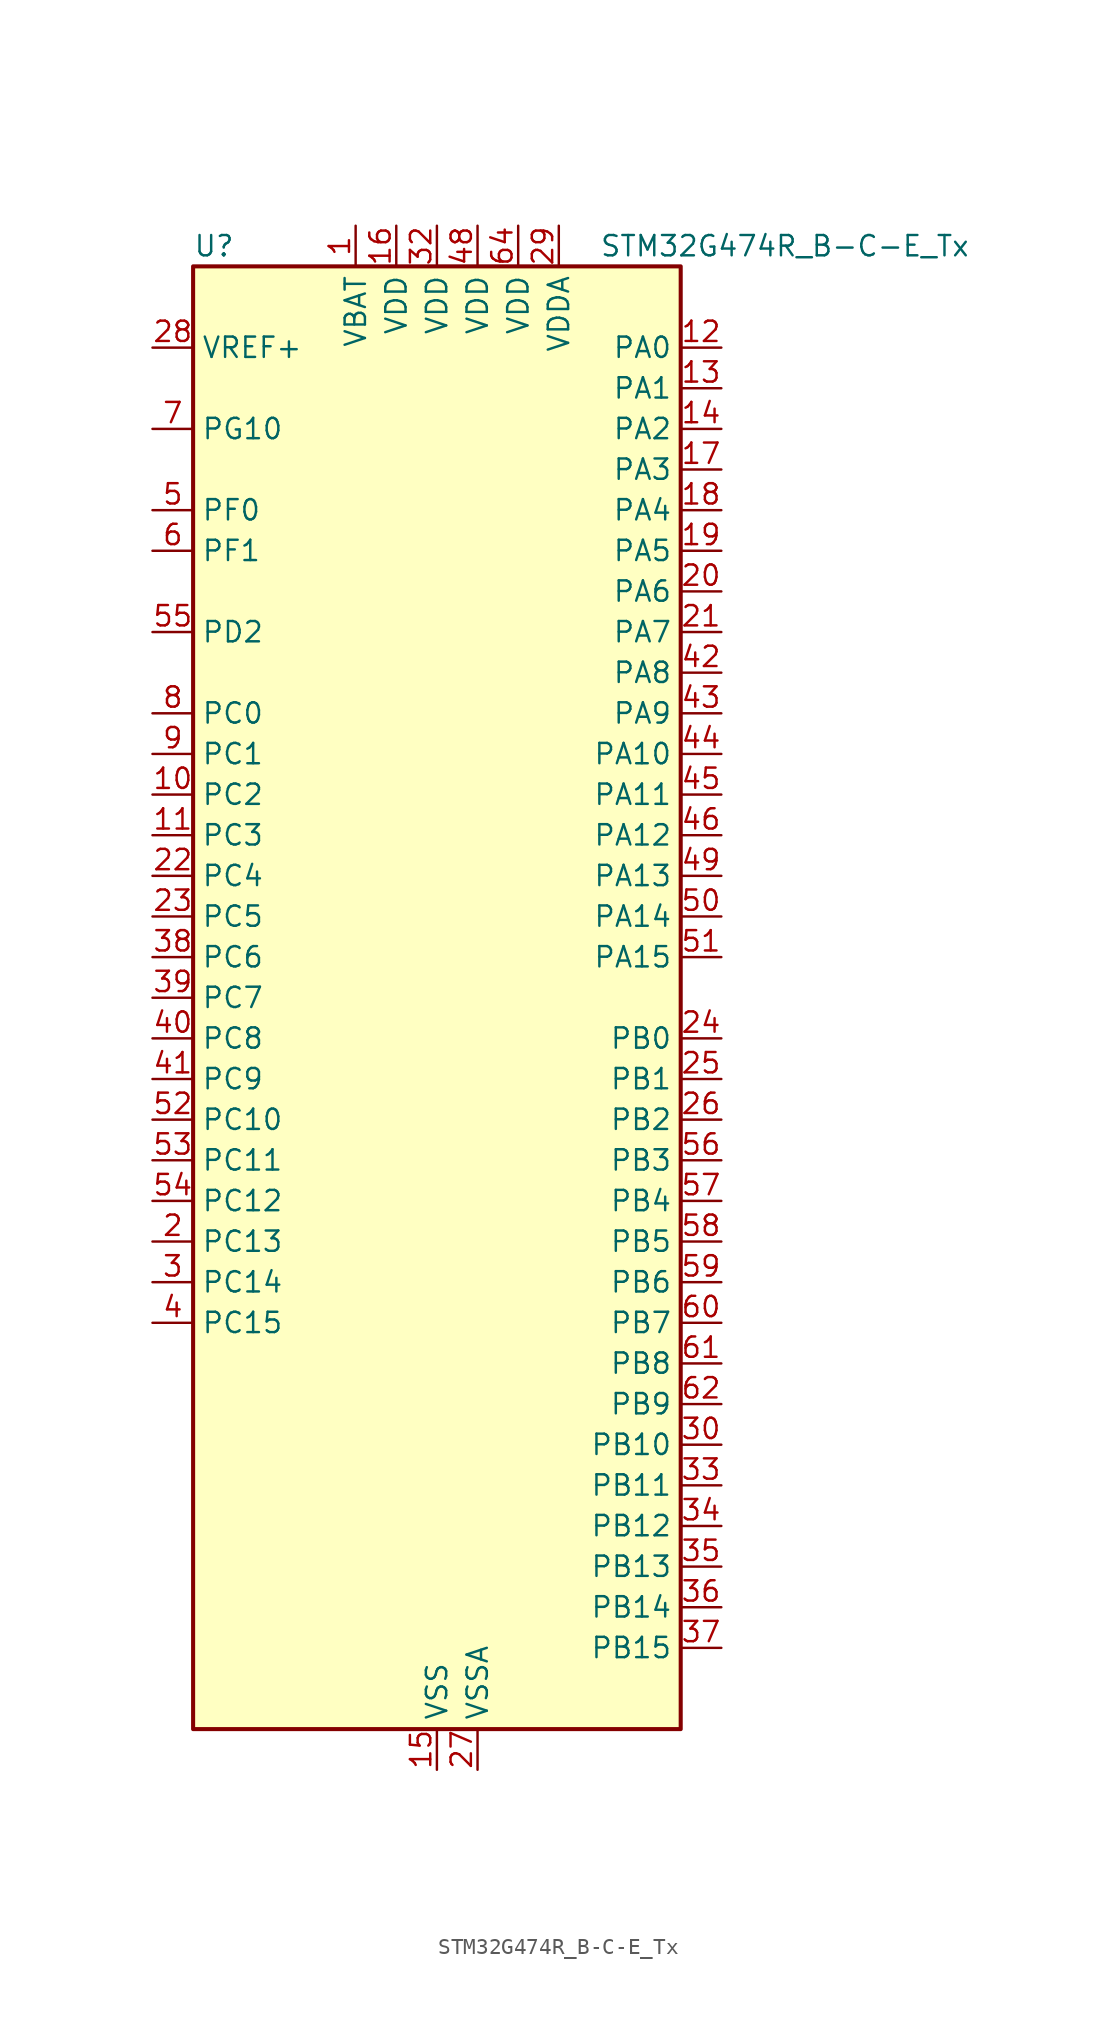
<source format=kicad_sym>
(kicad_symbol_lib
  (version 20241209)
  (generator "kicad_symbol_editor")
  (generator_version "9.0")
  (symbol "STM32G474R_B-C-E_Tx"
    (property "Reference" "U"
      (at -15.24 46.99 0)
      (effects (font (size 1.27 1.27)) (justify left)))
    (property "Value" "STM32G474R_B-C-E_Tx"
      (at 10.16 46.99 0)
      (effects (font (size 1.27 1.27)) (justify left)))
    (symbol "STM32G474R_B-C-E_Tx_0_1"
      (rectangle (start -15.24 -45.72) (end 15.24 45.72) (stroke (width 0.254) (type default)) (fill (type background))))
    (symbol "STM32G474R_B-C-E_Tx_1_1"
      (pin input line (at -17.78 40.64 0) (length 2.54) (name "VREF+" (effects (font (size 1.27 1.27)))) (number "28" (effects (font (size 1.27 1.27)))) (alternate "VREFBUF_OUT" bidirectional line))
      (pin bidirectional line (at -17.78 35.56 0) (length 2.54) (name "PG10" (effects (font (size 1.27 1.27)))) (number "7" (effects (font (size 1.27 1.27)))) (alternate "DAC1_EXTI10" bidirectional line) (alternate "DAC2_EXTI10" bidirectional line) (alternate "DAC3_EXTI10" bidirectional line) (alternate "DAC4_EXTI10" bidirectional line) (alternate "RCC_MCO" bidirectional line))
      (pin bidirectional line (at -17.78 30.48 0) (length 2.54) (name "PF0" (effects (font (size 1.27 1.27)))) (number "5" (effects (font (size 1.27 1.27)))) (alternate "ADC1_IN10" bidirectional line) (alternate "I2C2_SDA" bidirectional line) (alternate "I2S2_WS" bidirectional line) (alternate "RCC_OSC_IN" bidirectional line) (alternate "SPI2_NSS" bidirectional line) (alternate "TIM1_CH3N" bidirectional line))
      (pin bidirectional line (at -17.78 27.94 0) (length 2.54) (name "PF1" (effects (font (size 1.27 1.27)))) (number "6" (effects (font (size 1.27 1.27)))) (alternate "ADC2_IN10" bidirectional line) (alternate "COMP3_INM" bidirectional line) (alternate "I2S2_CK" bidirectional line) (alternate "RCC_OSC_OUT" bidirectional line) (alternate "SPI2_SCK" bidirectional line))
      (pin bidirectional line (at -17.78 22.86 0) (length 2.54) (name "PD2" (effects (font (size 1.27 1.27)))) (number "55" (effects (font (size 1.27 1.27)))) (alternate "ADC3_EXTI2" bidirectional line) (alternate "ADC4_EXTI2" bidirectional line) (alternate "ADC5_EXTI2" bidirectional line) (alternate "TIM3_ETR" bidirectional line) (alternate "TIM8_BKIN" bidirectional line) (alternate "UART5_RX" bidirectional line))
      (pin bidirectional line (at -17.78 17.78 0) (length 2.54) (name "PC0" (effects (font (size 1.27 1.27)))) (number "8" (effects (font (size 1.27 1.27)))) (alternate "ADC1_IN6" bidirectional line) (alternate "ADC2_IN6" bidirectional line) (alternate "COMP3_INM" bidirectional line) (alternate "LPTIM1_IN1" bidirectional line) (alternate "LPUART1_RX" bidirectional line) (alternate "TIM1_CH1" bidirectional line))
      (pin bidirectional line (at -17.78 15.24 0) (length 2.54) (name "PC1" (effects (font (size 1.27 1.27)))) (number "9" (effects (font (size 1.27 1.27)))) (alternate "ADC1_IN7" bidirectional line) (alternate "ADC2_IN7" bidirectional line) (alternate "COMP3_INP" bidirectional line) (alternate "LPTIM1_OUT" bidirectional line) (alternate "LPUART1_TX" bidirectional line) (alternate "QUADSPI1_BK2_IO0" bidirectional line) (alternate "SAI1_SD_A" bidirectional line) (alternate "TIM1_CH2" bidirectional line))
      (pin bidirectional line (at -17.78 12.7 0) (length 2.54) (name "PC2" (effects (font (size 1.27 1.27)))) (number "10" (effects (font (size 1.27 1.27)))) (alternate "ADC1_IN8" bidirectional line) (alternate "ADC2_IN8" bidirectional line) (alternate "ADC3_EXTI2" bidirectional line) (alternate "ADC4_EXTI2" bidirectional line) (alternate "ADC5_EXTI2" bidirectional line) (alternate "COMP3_OUT" bidirectional line) (alternate "LPTIM1_IN2" bidirectional line) (alternate "QUADSPI1_BK2_IO1" bidirectional line) (alternate "TIM1_CH3" bidirectional line) (alternate "TIM20_CH2" bidirectional line))
      (pin bidirectional line (at -17.78 10.16 0) (length 2.54) (name "PC3" (effects (font (size 1.27 1.27)))) (number "11" (effects (font (size 1.27 1.27)))) (alternate "ADC1_IN9" bidirectional line) (alternate "ADC2_IN9" bidirectional line) (alternate "ADC3_EXTI3" bidirectional line) (alternate "ADC4_EXTI3" bidirectional line) (alternate "ADC5_EXTI3" bidirectional line) (alternate "LPTIM1_ETR" bidirectional line) (alternate "OPAMP5_VINP" bidirectional line) (alternate "OPAMP5_VINP_SEC" bidirectional line) (alternate "QUADSPI1_BK2_IO2" bidirectional line) (alternate "SAI1_D1" bidirectional line) (alternate "SAI1_SD_A" bidirectional line) (alternate "TIM1_BKIN2" bidirectional line) (alternate "TIM1_CH4" bidirectional line))
      (pin bidirectional line (at -17.78 7.62 0) (length 2.54) (name "PC4" (effects (font (size 1.27 1.27)))) (number "22" (effects (font (size 1.27 1.27)))) (alternate "ADC2_IN5" bidirectional line) (alternate "I2C2_SCL" bidirectional line) (alternate "QUADSPI1_BK2_IO3" bidirectional line) (alternate "TIM1_ETR" bidirectional line) (alternate "USART1_TX" bidirectional line))
      (pin bidirectional line (at -17.78 5.08 0) (length 2.54) (name "PC5" (effects (font (size 1.27 1.27)))) (number "23" (effects (font (size 1.27 1.27)))) (alternate "ADC2_IN11" bidirectional line) (alternate "HRTIM1_EEV10" bidirectional line) (alternate "OPAMP1_VINM" bidirectional line) (alternate "OPAMP1_VINM1" bidirectional line) (alternate "OPAMP1_VINM_SEC" bidirectional line) (alternate "OPAMP2_VINM" bidirectional line) (alternate "OPAMP2_VINM1" bidirectional line) (alternate "OPAMP2_VINM_SEC" bidirectional line) (alternate "SAI1_D3" bidirectional line) (alternate "SYS_WKUP5" bidirectional line) (alternate "TIM15_BKIN" bidirectional line) (alternate "TIM1_CH4N" bidirectional line) (alternate "USART1_RX" bidirectional line))
      (pin bidirectional line (at -17.78 2.54 0) (length 2.54) (name "PC6" (effects (font (size 1.27 1.27)))) (number "38" (effects (font (size 1.27 1.27)))) (alternate "COMP6_OUT" bidirectional line) (alternate "HRTIM1_CHF1" bidirectional line) (alternate "HRTIM1_EEV10" bidirectional line) (alternate "I2C4_SCL" bidirectional line) (alternate "I2S2_MCK" bidirectional line) (alternate "TIM3_CH1" bidirectional line) (alternate "TIM8_CH1" bidirectional line))
      (pin bidirectional line (at -17.78 0 0) (length 2.54) (name "PC7" (effects (font (size 1.27 1.27)))) (number "39" (effects (font (size 1.27 1.27)))) (alternate "COMP5_OUT" bidirectional line) (alternate "HRTIM1_CHF2" bidirectional line) (alternate "HRTIM1_FLT5" bidirectional line) (alternate "I2C4_SDA" bidirectional line) (alternate "I2S3_MCK" bidirectional line) (alternate "TIM3_CH2" bidirectional line) (alternate "TIM8_CH2" bidirectional line))
      (pin bidirectional line (at -17.78 -2.54 0) (length 2.54) (name "PC8" (effects (font (size 1.27 1.27)))) (number "40" (effects (font (size 1.27 1.27)))) (alternate "COMP7_OUT" bidirectional line) (alternate "HRTIM1_CHE1" bidirectional line) (alternate "I2C3_SCL" bidirectional line) (alternate "TIM20_CH3" bidirectional line) (alternate "TIM3_CH3" bidirectional line) (alternate "TIM8_CH3" bidirectional line))
      (pin bidirectional line (at -17.78 -5.08 0) (length 2.54) (name "PC9" (effects (font (size 1.27 1.27)))) (number "41" (effects (font (size 1.27 1.27)))) (alternate "DAC1_EXTI9" bidirectional line) (alternate "DAC2_EXTI9" bidirectional line) (alternate "DAC3_EXTI9" bidirectional line) (alternate "DAC4_EXTI9" bidirectional line) (alternate "HRTIM1_CHE2" bidirectional line) (alternate "I2C3_SDA" bidirectional line) (alternate "I2S_CKIN" bidirectional line) (alternate "TIM3_CH4" bidirectional line) (alternate "TIM8_BKIN2" bidirectional line) (alternate "TIM8_CH4" bidirectional line))
      (pin bidirectional line (at -17.78 -7.62 0) (length 2.54) (name "PC10" (effects (font (size 1.27 1.27)))) (number "52" (effects (font (size 1.27 1.27)))) (alternate "DAC1_EXTI10" bidirectional line) (alternate "DAC2_EXTI10" bidirectional line) (alternate "DAC3_EXTI10" bidirectional line) (alternate "DAC4_EXTI10" bidirectional line) (alternate "HRTIM1_FLT6" bidirectional line) (alternate "I2S3_CK" bidirectional line) (alternate "SPI3_SCK" bidirectional line) (alternate "TIM8_CH1N" bidirectional line) (alternate "UART4_TX" bidirectional line) (alternate "USART3_TX" bidirectional line))
      (pin bidirectional line (at -17.78 -10.16 0) (length 2.54) (name "PC11" (effects (font (size 1.27 1.27)))) (number "53" (effects (font (size 1.27 1.27)))) (alternate "ADC1_EXTI11" bidirectional line) (alternate "ADC2_EXTI11" bidirectional line) (alternate "HRTIM1_EEV2" bidirectional line) (alternate "I2C3_SDA" bidirectional line) (alternate "SPI3_MISO" bidirectional line) (alternate "TIM8_CH2N" bidirectional line) (alternate "UART4_RX" bidirectional line) (alternate "USART3_RX" bidirectional line))
      (pin bidirectional line (at -17.78 -12.7 0) (length 2.54) (name "PC12" (effects (font (size 1.27 1.27)))) (number "54" (effects (font (size 1.27 1.27)))) (alternate "HRTIM1_EEV1" bidirectional line) (alternate "I2S3_SD" bidirectional line) (alternate "SPI3_MOSI" bidirectional line) (alternate "TIM5_CH2" bidirectional line) (alternate "TIM8_CH3N" bidirectional line) (alternate "UART5_TX" bidirectional line) (alternate "UCPD1_FRSTX1" bidirectional line) (alternate "UCPD1_FRSTX2" bidirectional line) (alternate "USART3_CK" bidirectional line))
      (pin bidirectional line (at -17.78 -15.24 0) (length 2.54) (name "PC13" (effects (font (size 1.27 1.27)))) (number "2" (effects (font (size 1.27 1.27)))) (alternate "RTC_OUT1" bidirectional line) (alternate "RTC_TAMP1" bidirectional line) (alternate "RTC_TS" bidirectional line) (alternate "SYS_WKUP2" bidirectional line) (alternate "TIM1_BKIN" bidirectional line) (alternate "TIM1_CH1N" bidirectional line) (alternate "TIM8_CH4N" bidirectional line))
      (pin bidirectional line (at -17.78 -17.78 0) (length 2.54) (name "PC14" (effects (font (size 1.27 1.27)))) (number "3" (effects (font (size 1.27 1.27)))) (alternate "RCC_OSC32_IN" bidirectional line))
      (pin bidirectional line (at -17.78 -20.32 0) (length 2.54) (name "PC15" (effects (font (size 1.27 1.27)))) (number "4" (effects (font (size 1.27 1.27)))) (alternate "ADC1_EXTI15" bidirectional line) (alternate "ADC2_EXTI15" bidirectional line) (alternate "RCC_OSC32_OUT" bidirectional line))
      (pin power_in line (at -5.08 48.26 270) (length 2.54) (name "VBAT" (effects (font (size 1.27 1.27)))) (number "1" (effects (font (size 1.27 1.27)))))
      (pin power_in line (at -2.54 48.26 270) (length 2.54) (name "VDD" (effects (font (size 1.27 1.27)))) (number "16" (effects (font (size 1.27 1.27)))))
      (pin power_in line (at 0 48.26 270) (length 2.54) (name "VDD" (effects (font (size 1.27 1.27)))) (number "32" (effects (font (size 1.27 1.27)))))
      (pin power_in line (at 0 -48.26 90) (length 2.54) (name "VSS" (effects (font (size 1.27 1.27)))) (number "15" (effects (font (size 1.27 1.27)))))
      (pin passive line (at 0 -48.26 90) (length 2.54) (hide yes) (name "VSS" (effects (font (size 1.27 1.27)))) (number "31" (effects (font (size 1.27 1.27)))))
      (pin passive line (at 0 -48.26 90) (length 2.54) (hide yes) (name "VSS" (effects (font (size 1.27 1.27)))) (number "47" (effects (font (size 1.27 1.27)))))
      (pin passive line (at 0 -48.26 90) (length 2.54) (hide yes) (name "VSS" (effects (font (size 1.27 1.27)))) (number "63" (effects (font (size 1.27 1.27)))))
      (pin power_in line (at 2.54 48.26 270) (length 2.54) (name "VDD" (effects (font (size 1.27 1.27)))) (number "48" (effects (font (size 1.27 1.27)))))
      (pin power_in line (at 2.54 -48.26 90) (length 2.54) (name "VSSA" (effects (font (size 1.27 1.27)))) (number "27" (effects (font (size 1.27 1.27)))))
      (pin power_in line (at 5.08 48.26 270) (length 2.54) (name "VDD" (effects (font (size 1.27 1.27)))) (number "64" (effects (font (size 1.27 1.27)))))
      (pin power_in line (at 7.62 48.26 270) (length 2.54) (name "VDDA" (effects (font (size 1.27 1.27)))) (number "29" (effects (font (size 1.27 1.27)))))
      (pin bidirectional line (at 17.78 40.64 180) (length 2.54) (name "PA0" (effects (font (size 1.27 1.27)))) (number "12" (effects (font (size 1.27 1.27)))) (alternate "ADC1_IN1" bidirectional line) (alternate "ADC2_IN1" bidirectional line) (alternate "COMP1_INM" bidirectional line) (alternate "COMP1_OUT" bidirectional line) (alternate "COMP3_INP" bidirectional line) (alternate "RTC_TAMP2" bidirectional line) (alternate "SYS_WKUP1" bidirectional line) (alternate "TIM2_CH1" bidirectional line) (alternate "TIM2_ETR" bidirectional line) (alternate "TIM5_CH1" bidirectional line) (alternate "TIM8_BKIN" bidirectional line) (alternate "TIM8_ETR" bidirectional line) (alternate "USART2_CTS" bidirectional line) (alternate "USART2_NSS" bidirectional line))
      (pin bidirectional line (at 17.78 38.1 180) (length 2.54) (name "PA1" (effects (font (size 1.27 1.27)))) (number "13" (effects (font (size 1.27 1.27)))) (alternate "ADC1_IN2" bidirectional line) (alternate "ADC2_IN2" bidirectional line) (alternate "COMP1_INP" bidirectional line) (alternate "OPAMP1_VINP" bidirectional line) (alternate "OPAMP1_VINP_SEC" bidirectional line) (alternate "OPAMP3_VINP" bidirectional line) (alternate "OPAMP3_VINP_SEC" bidirectional line) (alternate "OPAMP6_VINM" bidirectional line) (alternate "OPAMP6_VINM0" bidirectional line) (alternate "OPAMP6_VINM_SEC" bidirectional line) (alternate "RTC_REFIN" bidirectional line) (alternate "TIM15_CH1N" bidirectional line) (alternate "TIM2_CH2" bidirectional line) (alternate "TIM5_CH2" bidirectional line) (alternate "USART2_DE" bidirectional line) (alternate "USART2_RTS" bidirectional line))
      (pin bidirectional line (at 17.78 35.56 180) (length 2.54) (name "PA2" (effects (font (size 1.27 1.27)))) (number "14" (effects (font (size 1.27 1.27)))) (alternate "ADC1_IN3" bidirectional line) (alternate "ADC3_EXTI2" bidirectional line) (alternate "ADC4_EXTI2" bidirectional line) (alternate "ADC5_EXTI2" bidirectional line) (alternate "COMP2_INM" bidirectional line) (alternate "COMP2_OUT" bidirectional line) (alternate "LPUART1_TX" bidirectional line) (alternate "OPAMP1_VOUT" bidirectional line) (alternate "QUADSPI1_BK1_NCS" bidirectional line) (alternate "RCC_LSCO" bidirectional line) (alternate "SYS_WKUP4" bidirectional line) (alternate "TIM15_CH1" bidirectional line) (alternate "TIM2_CH3" bidirectional line) (alternate "TIM5_CH3" bidirectional line) (alternate "UCPD1_FRSTX1" bidirectional line) (alternate "UCPD1_FRSTX2" bidirectional line) (alternate "USART2_TX" bidirectional line))
      (pin bidirectional line (at 17.78 33.02 180) (length 2.54) (name "PA3" (effects (font (size 1.27 1.27)))) (number "17" (effects (font (size 1.27 1.27)))) (alternate "ADC1_IN4" bidirectional line) (alternate "ADC3_EXTI3" bidirectional line) (alternate "ADC4_EXTI3" bidirectional line) (alternate "ADC5_EXTI3" bidirectional line) (alternate "COMP2_INP" bidirectional line) (alternate "LPUART1_RX" bidirectional line) (alternate "OPAMP1_VINM" bidirectional line) (alternate "OPAMP1_VINM0" bidirectional line) (alternate "OPAMP1_VINM_SEC" bidirectional line) (alternate "OPAMP1_VINP" bidirectional line) (alternate "OPAMP1_VINP_SEC" bidirectional line) (alternate "OPAMP5_VINM" bidirectional line) (alternate "OPAMP5_VINM1" bidirectional line) (alternate "OPAMP5_VINM_SEC" bidirectional line) (alternate "QUADSPI1_CLK" bidirectional line) (alternate "SAI1_CK1" bidirectional line) (alternate "SAI1_MCLK_A" bidirectional line) (alternate "TIM15_CH2" bidirectional line) (alternate "TIM2_CH4" bidirectional line) (alternate "TIM5_CH4" bidirectional line) (alternate "USART2_RX" bidirectional line))
      (pin bidirectional line (at 17.78 30.48 180) (length 2.54) (name "PA4" (effects (font (size 1.27 1.27)))) (number "18" (effects (font (size 1.27 1.27)))) (alternate "ADC2_IN17" bidirectional line) (alternate "COMP1_INM" bidirectional line) (alternate "DAC1_OUT1" bidirectional line) (alternate "I2S3_WS" bidirectional line) (alternate "SAI1_FS_B" bidirectional line) (alternate "SPI1_NSS" bidirectional line) (alternate "SPI3_NSS" bidirectional line) (alternate "TIM3_CH2" bidirectional line) (alternate "USART2_CK" bidirectional line))
      (pin bidirectional line (at 17.78 27.94 180) (length 2.54) (name "PA5" (effects (font (size 1.27 1.27)))) (number "19" (effects (font (size 1.27 1.27)))) (alternate "ADC2_IN13" bidirectional line) (alternate "COMP2_INM" bidirectional line) (alternate "DAC1_OUT2" bidirectional line) (alternate "OPAMP2_VINM" bidirectional line) (alternate "OPAMP2_VINM0" bidirectional line) (alternate "OPAMP2_VINM_SEC" bidirectional line) (alternate "SPI1_SCK" bidirectional line) (alternate "TIM2_CH1" bidirectional line) (alternate "TIM2_ETR" bidirectional line) (alternate "UCPD1_FRSTX1" bidirectional line) (alternate "UCPD1_FRSTX2" bidirectional line))
      (pin bidirectional line (at 17.78 25.4 180) (length 2.54) (name "PA6" (effects (font (size 1.27 1.27)))) (number "20" (effects (font (size 1.27 1.27)))) (alternate "ADC2_IN3" bidirectional line) (alternate "COMP1_OUT" bidirectional line) (alternate "DAC2_OUT1" bidirectional line) (alternate "LPUART1_CTS" bidirectional line) (alternate "OPAMP2_VOUT" bidirectional line) (alternate "QUADSPI1_BK1_IO3" bidirectional line) (alternate "SPI1_MISO" bidirectional line) (alternate "TIM16_CH1" bidirectional line) (alternate "TIM1_BKIN" bidirectional line) (alternate "TIM3_CH1" bidirectional line) (alternate "TIM8_BKIN" bidirectional line))
      (pin bidirectional line (at 17.78 22.86 180) (length 2.54) (name "PA7" (effects (font (size 1.27 1.27)))) (number "21" (effects (font (size 1.27 1.27)))) (alternate "ADC2_IN4" bidirectional line) (alternate "COMP2_INP" bidirectional line) (alternate "COMP2_OUT" bidirectional line) (alternate "OPAMP1_VINP" bidirectional line) (alternate "OPAMP1_VINP_SEC" bidirectional line) (alternate "OPAMP2_VINP" bidirectional line) (alternate "OPAMP2_VINP_SEC" bidirectional line) (alternate "QUADSPI1_BK1_IO2" bidirectional line) (alternate "SPI1_MOSI" bidirectional line) (alternate "TIM17_CH1" bidirectional line) (alternate "TIM1_CH1N" bidirectional line) (alternate "TIM3_CH2" bidirectional line) (alternate "TIM8_CH1N" bidirectional line) (alternate "UCPD1_FRSTX1" bidirectional line) (alternate "UCPD1_FRSTX2" bidirectional line))
      (pin bidirectional line (at 17.78 20.32 180) (length 2.54) (name "PA8" (effects (font (size 1.27 1.27)))) (number "42" (effects (font (size 1.27 1.27)))) (alternate "ADC5_IN1" bidirectional line) (alternate "COMP7_OUT" bidirectional line) (alternate "FDCAN3_RX" bidirectional line) (alternate "HRTIM1_CHA1" bidirectional line) (alternate "I2C2_SDA" bidirectional line) (alternate "I2C3_SCL" bidirectional line) (alternate "I2S2_MCK" bidirectional line) (alternate "OPAMP5_VOUT" bidirectional line) (alternate "RCC_MCO" bidirectional line) (alternate "SAI1_CK2" bidirectional line) (alternate "SAI1_SCK_A" bidirectional line) (alternate "TIM1_CH1" bidirectional line) (alternate "TIM4_ETR" bidirectional line) (alternate "USART1_CK" bidirectional line))
      (pin bidirectional line (at 17.78 17.78 180) (length 2.54) (name "PA9" (effects (font (size 1.27 1.27)))) (number "43" (effects (font (size 1.27 1.27)))) (alternate "ADC5_IN2" bidirectional line) (alternate "COMP5_OUT" bidirectional line) (alternate "DAC1_EXTI9" bidirectional line) (alternate "DAC2_EXTI9" bidirectional line) (alternate "DAC3_EXTI9" bidirectional line) (alternate "DAC4_EXTI9" bidirectional line) (alternate "HRTIM1_CHA2" bidirectional line) (alternate "I2C2_SCL" bidirectional line) (alternate "I2C3_SMBA" bidirectional line) (alternate "I2S3_MCK" bidirectional line) (alternate "SAI1_FS_A" bidirectional line) (alternate "TIM15_BKIN" bidirectional line) (alternate "TIM1_CH2" bidirectional line) (alternate "TIM2_CH3" bidirectional line) (alternate "UCPD1_DBCC1" bidirectional line) (alternate "USART1_TX" bidirectional line))
      (pin bidirectional line (at 17.78 15.24 180) (length 2.54) (name "PA10" (effects (font (size 1.27 1.27)))) (number "44" (effects (font (size 1.27 1.27)))) (alternate "COMP6_OUT" bidirectional line) (alternate "CRS_SYNC" bidirectional line) (alternate "DAC1_EXTI10" bidirectional line) (alternate "DAC2_EXTI10" bidirectional line) (alternate "DAC3_EXTI10" bidirectional line) (alternate "DAC4_EXTI10" bidirectional line) (alternate "HRTIM1_CHB1" bidirectional line) (alternate "I2C2_SMBA" bidirectional line) (alternate "SAI1_D1" bidirectional line) (alternate "SAI1_SD_A" bidirectional line) (alternate "SPI2_MISO" bidirectional line) (alternate "TIM17_BKIN" bidirectional line) (alternate "TIM1_CH3" bidirectional line) (alternate "TIM2_CH4" bidirectional line) (alternate "TIM8_BKIN" bidirectional line) (alternate "UCPD1_DBCC2" bidirectional line) (alternate "USART1_RX" bidirectional line))
      (pin bidirectional line (at 17.78 12.7 180) (length 2.54) (name "PA11" (effects (font (size 1.27 1.27)))) (number "45" (effects (font (size 1.27 1.27)))) (alternate "ADC1_EXTI11" bidirectional line) (alternate "ADC2_EXTI11" bidirectional line) (alternate "COMP1_OUT" bidirectional line) (alternate "FDCAN1_RX" bidirectional line) (alternate "HRTIM1_CHB2" bidirectional line) (alternate "I2S2_SD" bidirectional line) (alternate "SPI2_MOSI" bidirectional line) (alternate "TIM1_BKIN2" bidirectional line) (alternate "TIM1_CH1N" bidirectional line) (alternate "TIM1_CH4" bidirectional line) (alternate "TIM4_CH1" bidirectional line) (alternate "USART1_CTS" bidirectional line) (alternate "USART1_NSS" bidirectional line) (alternate "USB_DM" bidirectional line))
      (pin bidirectional line (at 17.78 10.16 180) (length 2.54) (name "PA12" (effects (font (size 1.27 1.27)))) (number "46" (effects (font (size 1.27 1.27)))) (alternate "COMP2_OUT" bidirectional line) (alternate "FDCAN1_TX" bidirectional line) (alternate "HRTIM1_FLT1" bidirectional line) (alternate "I2S_CKIN" bidirectional line) (alternate "TIM16_CH1" bidirectional line) (alternate "TIM1_CH2N" bidirectional line) (alternate "TIM1_ETR" bidirectional line) (alternate "TIM4_CH2" bidirectional line) (alternate "USART1_DE" bidirectional line) (alternate "USART1_RTS" bidirectional line) (alternate "USB_DP" bidirectional line))
      (pin bidirectional line (at 17.78 7.62 180) (length 2.54) (name "PA13" (effects (font (size 1.27 1.27)))) (number "49" (effects (font (size 1.27 1.27)))) (alternate "I2C1_SCL" bidirectional line) (alternate "I2C4_SCL" bidirectional line) (alternate "IR_OUT" bidirectional line) (alternate "SAI1_SD_B" bidirectional line) (alternate "SYS_JTMS-SWDIO" bidirectional line) (alternate "TIM16_CH1N" bidirectional line) (alternate "TIM4_CH3" bidirectional line) (alternate "USART3_CTS" bidirectional line) (alternate "USART3_NSS" bidirectional line))
      (pin bidirectional line (at 17.78 5.08 180) (length 2.54) (name "PA14" (effects (font (size 1.27 1.27)))) (number "50" (effects (font (size 1.27 1.27)))) (alternate "I2C1_SDA" bidirectional line) (alternate "I2C4_SMBA" bidirectional line) (alternate "LPTIM1_OUT" bidirectional line) (alternate "SAI1_FS_B" bidirectional line) (alternate "SYS_JTCK-SWCLK" bidirectional line) (alternate "TIM1_BKIN" bidirectional line) (alternate "TIM8_CH2" bidirectional line) (alternate "USART2_TX" bidirectional line))
      (pin bidirectional line (at 17.78 2.54 180) (length 2.54) (name "PA15" (effects (font (size 1.27 1.27)))) (number "51" (effects (font (size 1.27 1.27)))) (alternate "ADC1_EXTI15" bidirectional line) (alternate "ADC2_EXTI15" bidirectional line) (alternate "FDCAN3_TX" bidirectional line) (alternate "HRTIM1_FLT2" bidirectional line) (alternate "I2C1_SCL" bidirectional line) (alternate "I2S3_WS" bidirectional line) (alternate "SPI1_NSS" bidirectional line) (alternate "SPI3_NSS" bidirectional line) (alternate "SYS_JTDI" bidirectional line) (alternate "TIM1_BKIN" bidirectional line) (alternate "TIM2_CH1" bidirectional line) (alternate "TIM2_ETR" bidirectional line) (alternate "TIM8_CH1" bidirectional line) (alternate "UART4_DE" bidirectional line) (alternate "UART4_RTS" bidirectional line) (alternate "USART2_RX" bidirectional line))
      (pin bidirectional line (at 17.78 -2.54 180) (length 2.54) (name "PB0" (effects (font (size 1.27 1.27)))) (number "24" (effects (font (size 1.27 1.27)))) (alternate "ADC1_IN15" bidirectional line) (alternate "ADC3_IN12" bidirectional line) (alternate "COMP4_INP" bidirectional line) (alternate "HRTIM1_FLT5" bidirectional line) (alternate "OPAMP2_VINP" bidirectional line) (alternate "OPAMP2_VINP_SEC" bidirectional line) (alternate "OPAMP3_VINP" bidirectional line) (alternate "OPAMP3_VINP_SEC" bidirectional line) (alternate "QUADSPI1_BK1_IO1" bidirectional line) (alternate "TIM1_CH2N" bidirectional line) (alternate "TIM3_CH3" bidirectional line) (alternate "TIM8_CH2N" bidirectional line) (alternate "UCPD1_FRSTX1" bidirectional line) (alternate "UCPD1_FRSTX2" bidirectional line))
      (pin bidirectional line (at 17.78 -5.08 180) (length 2.54) (name "PB1" (effects (font (size 1.27 1.27)))) (number "25" (effects (font (size 1.27 1.27)))) (alternate "ADC1_IN12" bidirectional line) (alternate "ADC3_IN1" bidirectional line) (alternate "COMP1_INP" bidirectional line) (alternate "COMP4_OUT" bidirectional line) (alternate "HRTIM1_SCOUT" bidirectional line) (alternate "LPUART1_DE" bidirectional line) (alternate "LPUART1_RTS" bidirectional line) (alternate "OPAMP3_VOUT" bidirectional line) (alternate "OPAMP6_VINM" bidirectional line) (alternate "OPAMP6_VINM1" bidirectional line) (alternate "OPAMP6_VINM_SEC" bidirectional line) (alternate "QUADSPI1_BK1_IO0" bidirectional line) (alternate "TIM1_CH3N" bidirectional line) (alternate "TIM3_CH4" bidirectional line) (alternate "TIM8_CH3N" bidirectional line))
      (pin bidirectional line (at 17.78 -7.62 180) (length 2.54) (name "PB2" (effects (font (size 1.27 1.27)))) (number "26" (effects (font (size 1.27 1.27)))) (alternate "ADC2_IN12" bidirectional line) (alternate "ADC3_EXTI2" bidirectional line) (alternate "ADC4_EXTI2" bidirectional line) (alternate "ADC5_EXTI2" bidirectional line) (alternate "COMP4_INM" bidirectional line) (alternate "HRTIM1_SCIN" bidirectional line) (alternate "I2C3_SMBA" bidirectional line) (alternate "LPTIM1_OUT" bidirectional line) (alternate "OPAMP3_VINM" bidirectional line) (alternate "OPAMP3_VINM0" bidirectional line) (alternate "OPAMP3_VINM_SEC" bidirectional line) (alternate "QUADSPI1_BK2_IO1" bidirectional line) (alternate "RTC_OUT2" bidirectional line) (alternate "TIM20_CH1" bidirectional line) (alternate "TIM5_CH1" bidirectional line))
      (pin bidirectional line (at 17.78 -10.16 180) (length 2.54) (name "PB3" (effects (font (size 1.27 1.27)))) (number "56" (effects (font (size 1.27 1.27)))) (alternate "ADC3_EXTI3" bidirectional line) (alternate "ADC4_EXTI3" bidirectional line) (alternate "ADC5_EXTI3" bidirectional line) (alternate "CRS_SYNC" bidirectional line) (alternate "FDCAN3_RX" bidirectional line) (alternate "HRTIM1_EEV9" bidirectional line) (alternate "HRTIM1_SCOUT" bidirectional line) (alternate "I2S3_CK" bidirectional line) (alternate "SAI1_SCK_B" bidirectional line) (alternate "SPI1_SCK" bidirectional line) (alternate "SPI3_SCK" bidirectional line) (alternate "SYS_JTDO-SWO" bidirectional line) (alternate "TIM2_CH2" bidirectional line) (alternate "TIM3_ETR" bidirectional line) (alternate "TIM4_ETR" bidirectional line) (alternate "TIM8_CH1N" bidirectional line) (alternate "USART2_TX" bidirectional line))
      (pin bidirectional line (at 17.78 -12.7 180) (length 2.54) (name "PB4" (effects (font (size 1.27 1.27)))) (number "57" (effects (font (size 1.27 1.27)))) (alternate "FDCAN3_TX" bidirectional line) (alternate "HRTIM1_EEV7" bidirectional line) (alternate "SAI1_MCLK_B" bidirectional line) (alternate "SPI1_MISO" bidirectional line) (alternate "SPI3_MISO" bidirectional line) (alternate "SYS_JTRST" bidirectional line) (alternate "TIM16_CH1" bidirectional line) (alternate "TIM17_BKIN" bidirectional line) (alternate "TIM3_CH1" bidirectional line) (alternate "TIM8_CH2N" bidirectional line) (alternate "UART5_DE" bidirectional line) (alternate "UART5_RTS" bidirectional line) (alternate "UCPD1_CC2" bidirectional line) (alternate "USART2_RX" bidirectional line))
      (pin bidirectional line (at 17.78 -15.24 180) (length 2.54) (name "PB5" (effects (font (size 1.27 1.27)))) (number "58" (effects (font (size 1.27 1.27)))) (alternate "FDCAN2_RX" bidirectional line) (alternate "HRTIM1_EEV6" bidirectional line) (alternate "I2C1_SMBA" bidirectional line) (alternate "I2C3_SDA" bidirectional line) (alternate "I2S3_SD" bidirectional line) (alternate "LPTIM1_IN1" bidirectional line) (alternate "SAI1_SD_B" bidirectional line) (alternate "SPI1_MOSI" bidirectional line) (alternate "SPI3_MOSI" bidirectional line) (alternate "TIM16_BKIN" bidirectional line) (alternate "TIM17_CH1" bidirectional line) (alternate "TIM3_CH2" bidirectional line) (alternate "TIM8_CH3N" bidirectional line) (alternate "UART5_CTS" bidirectional line) (alternate "USART2_CK" bidirectional line))
      (pin bidirectional line (at 17.78 -17.78 180) (length 2.54) (name "PB6" (effects (font (size 1.27 1.27)))) (number "59" (effects (font (size 1.27 1.27)))) (alternate "COMP4_OUT" bidirectional line) (alternate "FDCAN2_TX" bidirectional line) (alternate "HRTIM1_EEV4" bidirectional line) (alternate "HRTIM1_SCIN" bidirectional line) (alternate "LPTIM1_ETR" bidirectional line) (alternate "SAI1_FS_B" bidirectional line) (alternate "TIM16_CH1N" bidirectional line) (alternate "TIM4_CH1" bidirectional line) (alternate "TIM8_BKIN2" bidirectional line) (alternate "TIM8_CH1" bidirectional line) (alternate "TIM8_ETR" bidirectional line) (alternate "UCPD1_CC1" bidirectional line) (alternate "USART1_TX" bidirectional line))
      (pin bidirectional line (at 17.78 -20.32 180) (length 2.54) (name "PB7" (effects (font (size 1.27 1.27)))) (number "60" (effects (font (size 1.27 1.27)))) (alternate "COMP3_OUT" bidirectional line) (alternate "HRTIM1_EEV3" bidirectional line) (alternate "I2C1_SDA" bidirectional line) (alternate "I2C4_SDA" bidirectional line) (alternate "LPTIM1_IN2" bidirectional line) (alternate "SYS_PVD_IN" bidirectional line) (alternate "TIM17_CH1N" bidirectional line) (alternate "TIM3_CH4" bidirectional line) (alternate "TIM4_CH2" bidirectional line) (alternate "TIM8_BKIN" bidirectional line) (alternate "UART4_CTS" bidirectional line) (alternate "USART1_RX" bidirectional line))
      (pin bidirectional line (at 17.78 -22.86 180) (length 2.54) (name "PB8" (effects (font (size 1.27 1.27)))) (number "61" (effects (font (size 1.27 1.27)))) (alternate "COMP1_OUT" bidirectional line) (alternate "FDCAN1_RX" bidirectional line) (alternate "HRTIM1_EEV8" bidirectional line) (alternate "I2C1_SCL" bidirectional line) (alternate "SAI1_CK1" bidirectional line) (alternate "SAI1_MCLK_A" bidirectional line) (alternate "TIM16_CH1" bidirectional line) (alternate "TIM1_BKIN" bidirectional line) (alternate "TIM4_CH3" bidirectional line) (alternate "TIM8_CH2" bidirectional line) (alternate "USART3_RX" bidirectional line))
      (pin bidirectional line (at 17.78 -25.4 180) (length 2.54) (name "PB9" (effects (font (size 1.27 1.27)))) (number "62" (effects (font (size 1.27 1.27)))) (alternate "COMP2_OUT" bidirectional line) (alternate "DAC1_EXTI9" bidirectional line) (alternate "DAC2_EXTI9" bidirectional line) (alternate "DAC3_EXTI9" bidirectional line) (alternate "DAC4_EXTI9" bidirectional line) (alternate "FDCAN1_TX" bidirectional line) (alternate "HRTIM1_EEV5" bidirectional line) (alternate "I2C1_SDA" bidirectional line) (alternate "IR_OUT" bidirectional line) (alternate "SAI1_D2" bidirectional line) (alternate "SAI1_FS_A" bidirectional line) (alternate "TIM17_CH1" bidirectional line) (alternate "TIM1_CH3N" bidirectional line) (alternate "TIM4_CH4" bidirectional line) (alternate "TIM8_CH3" bidirectional line) (alternate "USART3_TX" bidirectional line))
      (pin bidirectional line (at 17.78 -27.94 180) (length 2.54) (name "PB10" (effects (font (size 1.27 1.27)))) (number "30" (effects (font (size 1.27 1.27)))) (alternate "COMP5_INM" bidirectional line) (alternate "DAC1_EXTI10" bidirectional line) (alternate "DAC2_EXTI10" bidirectional line) (alternate "DAC3_EXTI10" bidirectional line) (alternate "DAC4_EXTI10" bidirectional line) (alternate "HRTIM1_FLT3" bidirectional line) (alternate "LPUART1_RX" bidirectional line) (alternate "OPAMP3_VINM" bidirectional line) (alternate "OPAMP3_VINM1" bidirectional line) (alternate "OPAMP3_VINM_SEC" bidirectional line) (alternate "OPAMP4_VINM" bidirectional line) (alternate "OPAMP4_VINM0" bidirectional line) (alternate "OPAMP4_VINM_SEC" bidirectional line) (alternate "QUADSPI1_CLK" bidirectional line) (alternate "SAI1_SCK_A" bidirectional line) (alternate "TIM1_BKIN" bidirectional line) (alternate "TIM2_CH3" bidirectional line) (alternate "USART3_TX" bidirectional line))
      (pin bidirectional line (at 17.78 -30.48 180) (length 2.54) (name "PB11" (effects (font (size 1.27 1.27)))) (number "33" (effects (font (size 1.27 1.27)))) (alternate "ADC1_EXTI11" bidirectional line) (alternate "ADC1_IN14" bidirectional line) (alternate "ADC2_EXTI11" bidirectional line) (alternate "ADC2_IN14" bidirectional line) (alternate "COMP6_INP" bidirectional line) (alternate "HRTIM1_FLT4" bidirectional line) (alternate "LPUART1_TX" bidirectional line) (alternate "OPAMP4_VINP" bidirectional line) (alternate "OPAMP4_VINP_SEC" bidirectional line) (alternate "OPAMP6_VOUT" bidirectional line) (alternate "QUADSPI1_BK1_NCS" bidirectional line) (alternate "TIM2_CH4" bidirectional line) (alternate "USART3_RX" bidirectional line))
      (pin bidirectional line (at 17.78 -33.02 180) (length 2.54) (name "PB12" (effects (font (size 1.27 1.27)))) (number "34" (effects (font (size 1.27 1.27)))) (alternate "ADC1_IN11" bidirectional line) (alternate "ADC4_IN3" bidirectional line) (alternate "COMP7_INM" bidirectional line) (alternate "FDCAN2_RX" bidirectional line) (alternate "HRTIM1_CHC1" bidirectional line) (alternate "I2C2_SMBA" bidirectional line) (alternate "I2S2_WS" bidirectional line) (alternate "LPUART1_DE" bidirectional line) (alternate "LPUART1_RTS" bidirectional line) (alternate "OPAMP4_VOUT" bidirectional line) (alternate "OPAMP6_VINP" bidirectional line) (alternate "OPAMP6_VINP_SEC" bidirectional line) (alternate "SPI2_NSS" bidirectional line) (alternate "TIM1_BKIN" bidirectional line) (alternate "TIM5_ETR" bidirectional line) (alternate "USART3_CK" bidirectional line))
      (pin bidirectional line (at 17.78 -35.56 180) (length 2.54) (name "PB13" (effects (font (size 1.27 1.27)))) (number "35" (effects (font (size 1.27 1.27)))) (alternate "ADC3_IN5" bidirectional line) (alternate "COMP5_INP" bidirectional line) (alternate "FDCAN2_TX" bidirectional line) (alternate "HRTIM1_CHC2" bidirectional line) (alternate "I2S2_CK" bidirectional line) (alternate "LPUART1_CTS" bidirectional line) (alternate "OPAMP3_VINP" bidirectional line) (alternate "OPAMP3_VINP_SEC" bidirectional line) (alternate "OPAMP4_VINP" bidirectional line) (alternate "OPAMP4_VINP_SEC" bidirectional line) (alternate "OPAMP6_VINP" bidirectional line) (alternate "OPAMP6_VINP_SEC" bidirectional line) (alternate "SPI2_SCK" bidirectional line) (alternate "TIM1_CH1N" bidirectional line) (alternate "USART3_CTS" bidirectional line) (alternate "USART3_NSS" bidirectional line))
      (pin bidirectional line (at 17.78 -38.1 180) (length 2.54) (name "PB14" (effects (font (size 1.27 1.27)))) (number "36" (effects (font (size 1.27 1.27)))) (alternate "ADC1_IN5" bidirectional line) (alternate "ADC4_IN4" bidirectional line) (alternate "COMP4_OUT" bidirectional line) (alternate "COMP7_INP" bidirectional line) (alternate "HRTIM1_CHD1" bidirectional line) (alternate "OPAMP2_VINP" bidirectional line) (alternate "OPAMP2_VINP_SEC" bidirectional line) (alternate "OPAMP5_VINP" bidirectional line) (alternate "OPAMP5_VINP_SEC" bidirectional line) (alternate "SPI2_MISO" bidirectional line) (alternate "TIM15_CH1" bidirectional line) (alternate "TIM1_CH2N" bidirectional line) (alternate "USART3_DE" bidirectional line) (alternate "USART3_RTS" bidirectional line))
      (pin bidirectional line (at 17.78 -40.64 180) (length 2.54) (name "PB15" (effects (font (size 1.27 1.27)))) (number "37" (effects (font (size 1.27 1.27)))) (alternate "ADC1_EXTI15" bidirectional line) (alternate "ADC2_EXTI15" bidirectional line) (alternate "ADC2_IN15" bidirectional line) (alternate "ADC4_IN5" bidirectional line) (alternate "COMP3_OUT" bidirectional line) (alternate "COMP6_INM" bidirectional line) (alternate "HRTIM1_CHD2" bidirectional line) (alternate "I2S2_SD" bidirectional line) (alternate "OPAMP5_VINM" bidirectional line) (alternate "OPAMP5_VINM0" bidirectional line) (alternate "OPAMP5_VINM_SEC" bidirectional line) (alternate "RTC_REFIN" bidirectional line) (alternate "SPI2_MOSI" bidirectional line) (alternate "TIM15_CH1N" bidirectional line) (alternate "TIM15_CH2" bidirectional line) (alternate "TIM1_CH3N" bidirectional line)))))
</source>
